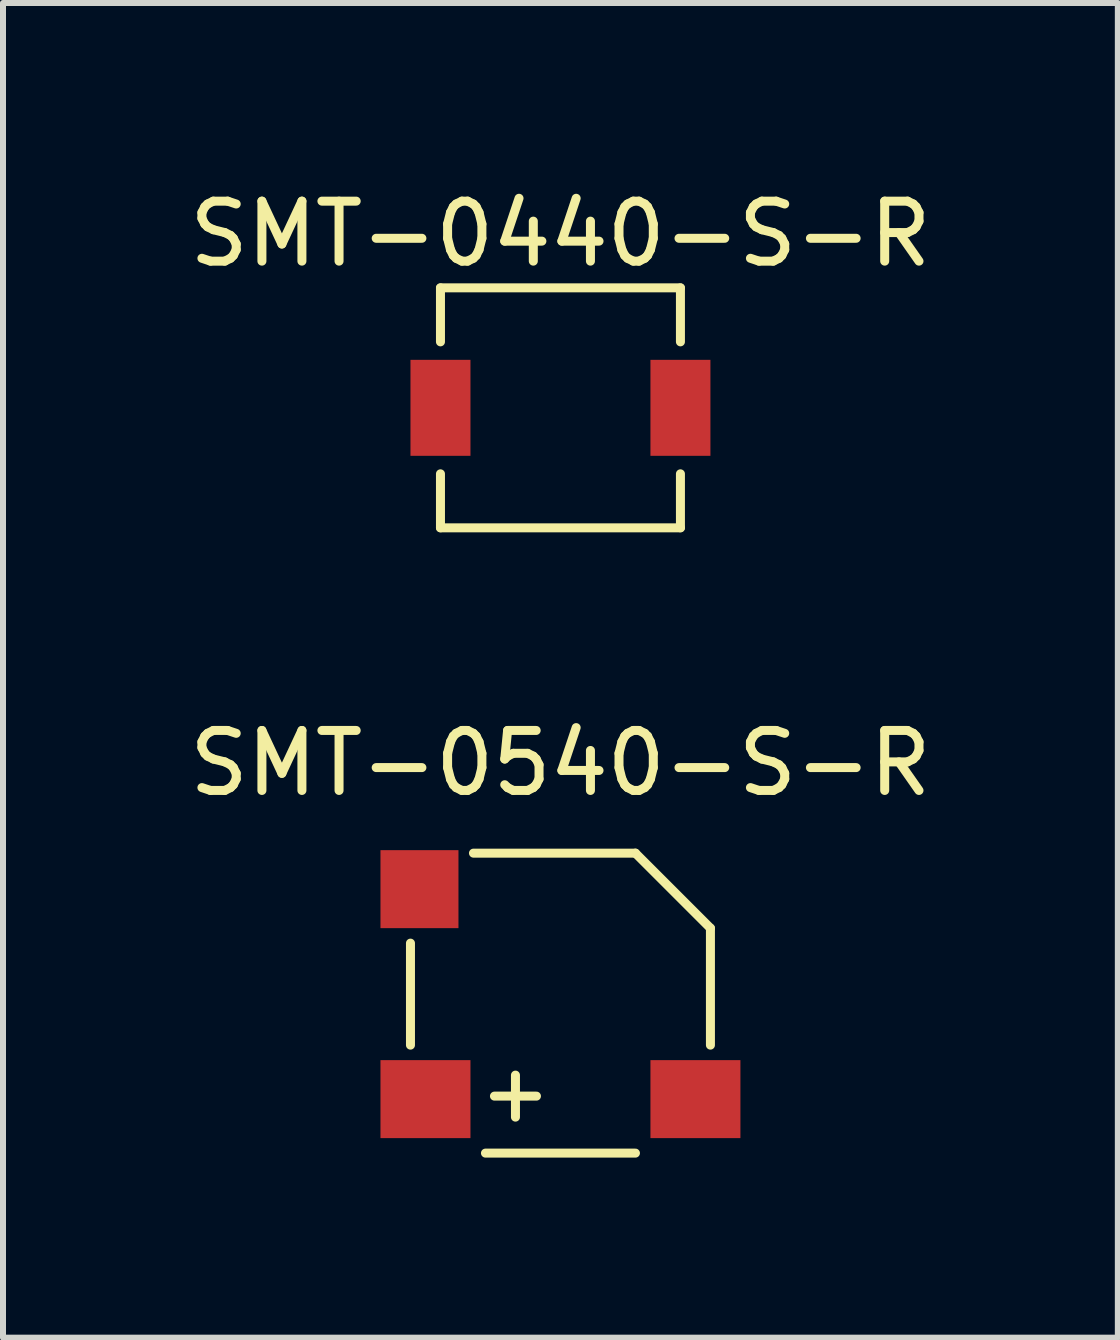
<source format=kicad_pcb>
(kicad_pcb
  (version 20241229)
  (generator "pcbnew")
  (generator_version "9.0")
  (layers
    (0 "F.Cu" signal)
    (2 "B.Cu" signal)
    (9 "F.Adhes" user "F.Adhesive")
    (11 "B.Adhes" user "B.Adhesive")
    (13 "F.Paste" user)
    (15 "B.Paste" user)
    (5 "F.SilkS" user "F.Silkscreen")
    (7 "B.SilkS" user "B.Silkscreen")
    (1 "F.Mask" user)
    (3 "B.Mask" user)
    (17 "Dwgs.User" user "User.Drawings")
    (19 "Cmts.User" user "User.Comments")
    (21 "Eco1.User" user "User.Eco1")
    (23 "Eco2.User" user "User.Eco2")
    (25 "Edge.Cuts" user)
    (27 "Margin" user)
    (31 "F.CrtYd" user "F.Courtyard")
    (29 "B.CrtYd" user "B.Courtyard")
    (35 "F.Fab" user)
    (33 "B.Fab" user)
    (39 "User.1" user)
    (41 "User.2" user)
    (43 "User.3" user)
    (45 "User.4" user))
  (footprint "SMT-0540-S-R"
    (layer "F.Cu")
    (at 6.292 13.671)
    (property "Reference" "SMT-0540-S-R" (at 0 -4 0) (layer "F.SilkS") (effects (font (size 1 1) (thickness 0.15))))
    (attr through_hole)
    (fp_line (start -2.5 -1) (end -2.5 0.7) (stroke (width 0.15) (type solid)) (layer "F.SilkS"))
    (fp_line (start -1.45 -2.5) (end 1.25 -2.5) (stroke (width 0.15) (type solid)) (layer "F.SilkS"))
    (fp_line (start -1.25 2.5) (end 1.25 2.5) (stroke (width 0.15) (type solid)) (layer "F.SilkS"))
    (fp_line (start -1.1 1.55) (end -0.4 1.55) (stroke (width 0.15) (type solid)) (layer "F.SilkS"))
    (fp_line (start -0.75 1.9) (end -0.75 1.2) (stroke (width 0.15) (type solid)) (layer "F.SilkS"))
    (fp_line (start 1.25 -2.5) (end 2.5 -1.25) (stroke (width 0.15) (type solid)) (layer "F.SilkS"))
    (fp_line (start 2.5 -1.25) (end 2.5 0.7) (stroke (width 0.15) (type solid)) (layer "F.SilkS"))
    (pad "0" smd rect (at -2.35 -1.9) (size 1.3 1.3) (layers "F.Cu" "F.Mask" "F.Paste"))
    (pad "1" smd rect (at -2.25 1.6) (size 1.5 1.3) (layers "F.Cu" "F.Mask" "F.Paste"))
    (pad "2" smd rect (at 2.25 1.6) (size 1.5 1.3) (layers "F.Cu" "F.Mask" "F.Paste")))
  (footprint "SMT-0440-S-R"
    (layer "F.Cu")
    (at 6.292 3.748)
    (property "Reference" "SMT-0440-S-R" (at 0 -2.9 0) (layer "F.SilkS") (effects (font (size 1 1) (thickness 0.15))))
    (attr through_hole)
    (fp_line (start -2 -2) (end 2 -2) (stroke (width 0.15) (type solid)) (layer "F.SilkS"))
    (fp_line (start -2 -1.1) (end -2 -2) (stroke (width 0.15) (type solid)) (layer "F.SilkS"))
    (fp_line (start -2 2) (end -2 1.1) (stroke (width 0.15) (type solid)) (layer "F.SilkS"))
    (fp_line (start 2 -2) (end 2 -1.1) (stroke (width 0.15) (type solid)) (layer "F.SilkS"))
    (fp_line (start 2 1.1) (end 2 2) (stroke (width 0.15) (type solid)) (layer "F.SilkS"))
    (fp_line (start 2 2) (end -2 2) (stroke (width 0.15) (type solid)) (layer "F.SilkS"))
    (pad "1" smd rect (at -2 0) (size 1 1.6) (layers "F.Cu" "F.Mask" "F.Paste"))
    (pad "2" smd rect (at 2 0) (size 1 1.6) (layers "F.Cu" "F.Mask" "F.Paste")))
  (gr_rect
    (start -3 -3)
    (end 15.583 19.247)
    (stroke (width 0.1) (type default))
    (fill no)
    (layer "Edge.Cuts")))
</source>
